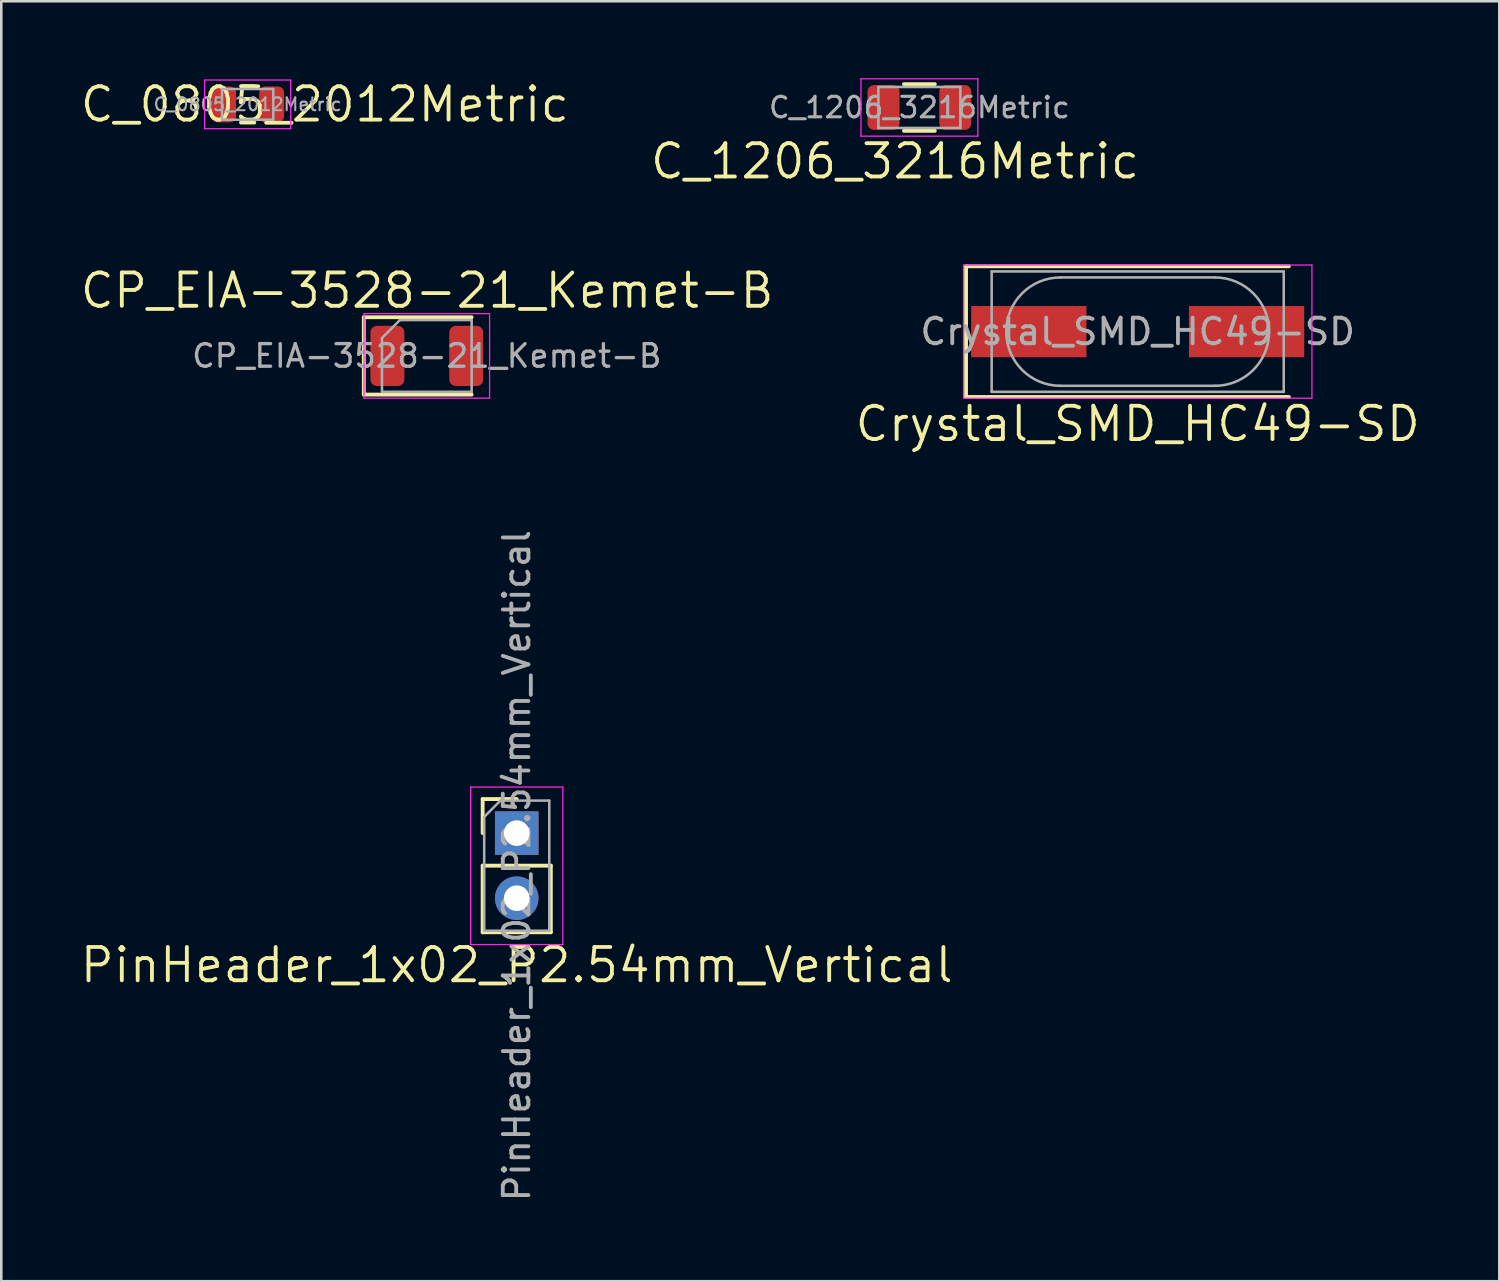
<source format=kicad_pcb>
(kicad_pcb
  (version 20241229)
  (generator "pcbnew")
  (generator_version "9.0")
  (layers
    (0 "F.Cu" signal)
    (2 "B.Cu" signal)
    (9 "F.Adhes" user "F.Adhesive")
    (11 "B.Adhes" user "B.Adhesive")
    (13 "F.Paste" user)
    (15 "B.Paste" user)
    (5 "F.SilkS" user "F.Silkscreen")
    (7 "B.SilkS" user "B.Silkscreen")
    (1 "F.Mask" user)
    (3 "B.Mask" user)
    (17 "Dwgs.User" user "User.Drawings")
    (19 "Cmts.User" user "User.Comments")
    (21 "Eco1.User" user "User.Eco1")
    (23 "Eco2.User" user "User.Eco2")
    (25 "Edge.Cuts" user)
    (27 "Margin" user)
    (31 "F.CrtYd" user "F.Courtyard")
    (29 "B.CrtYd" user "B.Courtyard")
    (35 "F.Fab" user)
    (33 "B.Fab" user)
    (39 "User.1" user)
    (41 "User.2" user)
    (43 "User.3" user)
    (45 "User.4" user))
  (footprint "Crystal_SMD_HC49-SD"
    (layer "F.Cu")
    (at 41.356 9.894)
    (property "Reference" "Crystal_SMD_HC49-SD" (at 0 3.6 0) (layer "F.SilkS") (effects (font (size 1.3 1.3) (thickness 0.15))))
    (attr smd)
    (fp_line (start -6.7 -2.55) (end -6.7 2.55) (stroke (width 0.15) (type solid)) (layer "F.SilkS"))
    (fp_line (start -6.7 2.55) (end 5.9 2.55) (stroke (width 0.15) (type solid)) (layer "F.SilkS"))
    (fp_line (start 5.9 -2.55) (end -6.7 -2.55) (stroke (width 0.15) (type solid)) (layer "F.SilkS"))
    (fp_line (start -6.8 -2.6) (end -6.8 2.6) (stroke (width 0.05) (type solid)) (layer "F.CrtYd"))
    (fp_line (start -6.8 2.6) (end 6.8 2.6) (stroke (width 0.05) (type solid)) (layer "F.CrtYd"))
    (fp_line (start 6.8 -2.6) (end -6.8 -2.6) (stroke (width 0.05) (type solid)) (layer "F.CrtYd"))
    (fp_line (start 6.8 2.6) (end 6.8 -2.6) (stroke (width 0.05) (type solid)) (layer "F.CrtYd"))
    (fp_line (start -5.7 -2.35) (end -5.7 2.35) (stroke (width 0.1) (type solid)) (layer "F.Fab"))
    (fp_line (start -5.7 2.35) (end 5.7 2.35) (stroke (width 0.1) (type solid)) (layer "F.Fab"))
    (fp_line (start -3.015 -2.115) (end 3.015 -2.115) (stroke (width 0.1) (type solid)) (layer "F.Fab"))
    (fp_line (start -3.015 2.115) (end 3.015 2.115) (stroke (width 0.1) (type solid)) (layer "F.Fab"))
    (fp_line (start 5.7 -2.35) (end -5.7 -2.35) (stroke (width 0.1) (type solid)) (layer "F.Fab"))
    (fp_line (start 5.7 2.35) (end 5.7 -2.35) (stroke (width 0.1) (type solid)) (layer "F.Fab"))
    (fp_arc (start -3.015 2.115) (mid -5.13 0) (end -3.015 -2.115) (stroke (width 0.1) (type solid)) (layer "F.Fab"))
    (fp_arc (start 3.015 -2.115) (mid 5.13 0) (end 3.015 2.115) (stroke (width 0.1) (type solid)) (layer "F.Fab"))
    (fp_text user "${REFERENCE}" (at 0 0 0) (layer "F.Fab") (effects (font (size 1 1) (thickness 0.15))))
    (pad "1" smd rect (at -4.25 0) (size 4.5 2) (layers "F.Cu" "F.Mask" "F.Paste"))
    (pad "2" smd rect (at 4.25 0) (size 4.5 2) (layers "F.Cu" "F.Mask" "F.Paste")))
  (footprint "C_0805_2012Metric"
    (layer "F.Cu")
    (at 6.616 1.024)
    (property "Reference" "C_0805_2012Metric" (at 3.013 0 0) (layer "F.SilkS") (effects (font (size 1.3 1.3) (thickness 0.15))))
    (attr smd)
    (fp_line (start -0.259 -0.71) (end 0.259 -0.71) (stroke (width 0.15) (type solid)) (layer "F.SilkS"))
    (fp_line (start -0.259 0.71) (end 0.259 0.71) (stroke (width 0.15) (type solid)) (layer "F.SilkS"))
    (fp_line (start -1.68 -0.95) (end 1.68 -0.95) (stroke (width 0.05) (type solid)) (layer "F.CrtYd"))
    (fp_line (start -1.68 0.95) (end -1.68 -0.95) (stroke (width 0.05) (type solid)) (layer "F.CrtYd"))
    (fp_line (start 1.68 -0.95) (end 1.68 0.95) (stroke (width 0.05) (type solid)) (layer "F.CrtYd"))
    (fp_line (start 1.68 0.95) (end -1.68 0.95) (stroke (width 0.05) (type solid)) (layer "F.CrtYd"))
    (fp_line (start -1 -0.6) (end 1 -0.6) (stroke (width 0.1) (type solid)) (layer "F.Fab"))
    (fp_line (start -1 0.6) (end -1 -0.6) (stroke (width 0.1) (type solid)) (layer "F.Fab"))
    (fp_line (start 1 -0.6) (end 1 0.6) (stroke (width 0.1) (type solid)) (layer "F.Fab"))
    (fp_line (start 1 0.6) (end -1 0.6) (stroke (width 0.1) (type solid)) (layer "F.Fab"))
    (fp_text user "${REFERENCE}" (at 0 0 0) (layer "F.Fab") (effects (font (size 0.5 0.5) (thickness 0.08))))
    (pad "1" smd roundrect (at -0.938 0) (size 0.975 1.4) (layers "F.Cu" "F.Mask" "F.Paste") (roundrect_rratio 0.25))
    (pad "2" smd roundrect (at 0.938 0) (size 0.975 1.4) (layers "F.Cu" "F.Mask" "F.Paste") (roundrect_rratio 0.25)))
  (footprint "PinHeader_1x02_P2.54mm_Vertical"
    (layer "F.Cu")
    (at 17.119 29.468)
    (property "Reference" "PinHeader_1x02_P2.54mm_Vertical" (at 0 5.15 0) (layer "F.SilkS") (effects (font (size 1.3 1.3) (thickness 0.15))))
    (attr through_hole)
    (fp_line (start -1.33 -1.33) (end 0 -1.33) (stroke (width 0.15) (type solid)) (layer "F.SilkS"))
    (fp_line (start -1.33 0) (end -1.33 -1.33) (stroke (width 0.15) (type solid)) (layer "F.SilkS"))
    (fp_line (start -1.33 1.27) (end -1.33 3.87) (stroke (width 0.15) (type solid)) (layer "F.SilkS"))
    (fp_line (start -1.33 1.27) (end 1.33 1.27) (stroke (width 0.15) (type solid)) (layer "F.SilkS"))
    (fp_line (start -1.33 3.87) (end 1.33 3.87) (stroke (width 0.15) (type solid)) (layer "F.SilkS"))
    (fp_line (start 1.33 1.27) (end 1.33 3.87) (stroke (width 0.15) (type solid)) (layer "F.SilkS"))
    (fp_line (start -1.8 -1.8) (end -1.8 4.35) (stroke (width 0.05) (type solid)) (layer "F.CrtYd"))
    (fp_line (start -1.8 4.35) (end 1.8 4.35) (stroke (width 0.05) (type solid)) (layer "F.CrtYd"))
    (fp_line (start 1.8 -1.8) (end -1.8 -1.8) (stroke (width 0.05) (type solid)) (layer "F.CrtYd"))
    (fp_line (start 1.8 4.35) (end 1.8 -1.8) (stroke (width 0.05) (type solid)) (layer "F.CrtYd"))
    (fp_line (start -1.27 -0.635) (end -0.635 -1.27) (stroke (width 0.1) (type solid)) (layer "F.Fab"))
    (fp_line (start -1.27 3.81) (end -1.27 -0.635) (stroke (width 0.1) (type solid)) (layer "F.Fab"))
    (fp_line (start -0.635 -1.27) (end 1.27 -1.27) (stroke (width 0.1) (type solid)) (layer "F.Fab"))
    (fp_line (start 1.27 -1.27) (end 1.27 3.81) (stroke (width 0.1) (type solid)) (layer "F.Fab"))
    (fp_line (start 1.27 3.81) (end -1.27 3.81) (stroke (width 0.1) (type solid)) (layer "F.Fab"))
    (fp_text user "${REFERENCE}" (at 0 1.27 90) (layer "F.Fab") (effects (font (size 1 1) (thickness 0.15))))
    (pad "1" thru_hole rect (at 0 0) (size 1.7 1.7) (drill 1) (layers "*.Cu" "*.Mask"))
    (pad "2" thru_hole oval (at 0 2.54) (size 1.7 1.7) (drill 1) (layers "*.Cu" "*.Mask")))
  (footprint "CP_EIA-3528-21_Kemet-B"
    (layer "F.Cu")
    (at 13.609 10.842)
    (property "Reference" "CP_EIA-3528-21_Kemet-B" (at 0.013 -2.55 0) (layer "F.SilkS") (effects (font (size 1.3 1.3) (thickness 0.15))))
    (attr smd)
    (fp_line (start -2.46 -1.51) (end -2.46 1.51) (stroke (width 0.15) (type solid)) (layer "F.SilkS"))
    (fp_line (start -2.46 1.51) (end 1.75 1.51) (stroke (width 0.15) (type solid)) (layer "F.SilkS"))
    (fp_line (start 1.75 -1.51) (end -2.46 -1.51) (stroke (width 0.15) (type solid)) (layer "F.SilkS"))
    (fp_line (start -2.45 -1.65) (end 2.45 -1.65) (stroke (width 0.05) (type solid)) (layer "F.CrtYd"))
    (fp_line (start -2.45 1.65) (end -2.45 -1.65) (stroke (width 0.05) (type solid)) (layer "F.CrtYd"))
    (fp_line (start 2.45 -1.65) (end 2.45 1.65) (stroke (width 0.05) (type solid)) (layer "F.CrtYd"))
    (fp_line (start 2.45 1.65) (end -2.45 1.65) (stroke (width 0.05) (type solid)) (layer "F.CrtYd"))
    (fp_line (start -1.75 -0.7) (end -1.75 1.4) (stroke (width 0.1) (type solid)) (layer "F.Fab"))
    (fp_line (start -1.75 1.4) (end 1.75 1.4) (stroke (width 0.1) (type solid)) (layer "F.Fab"))
    (fp_line (start -1.05 -1.4) (end -1.75 -0.7) (stroke (width 0.1) (type solid)) (layer "F.Fab"))
    (fp_line (start 1.75 -1.4) (end -1.05 -1.4) (stroke (width 0.1) (type solid)) (layer "F.Fab"))
    (fp_line (start 1.75 1.4) (end 1.75 -1.4) (stroke (width 0.1) (type solid)) (layer "F.Fab"))
    (fp_text user "${REFERENCE}" (at 0 0 0) (layer "F.Fab") (effects (font (size 0.88 0.88) (thickness 0.13))))
    (pad "1" smd roundrect (at -1.538 0) (size 1.325 2.35) (layers "F.Cu" "F.Mask" "F.Paste") (roundrect_rratio 0.189))
    (pad "2" smd roundrect (at 1.538 0) (size 1.325 2.35) (layers "F.Cu" "F.Mask" "F.Paste") (roundrect_rratio 0.189)))
  (footprint "C_1206_3216Metric"
    (layer "F.Cu")
    (at 32.835 1.145)
    (property "Reference" "C_1206_3216Metric" (at -0.95 2.1 0) (layer "F.SilkS") (effects (font (size 1.3 1.3) (thickness 0.15))))
    (attr smd)
    (fp_line (start -0.602 -0.91) (end 0.602 -0.91) (stroke (width 0.15) (type solid)) (layer "F.SilkS"))
    (fp_line (start -0.602 0.91) (end 0.602 0.91) (stroke (width 0.15) (type solid)) (layer "F.SilkS"))
    (fp_line (start -2.28 -1.12) (end 2.28 -1.12) (stroke (width 0.05) (type solid)) (layer "F.CrtYd"))
    (fp_line (start -2.28 1.12) (end -2.28 -1.12) (stroke (width 0.05) (type solid)) (layer "F.CrtYd"))
    (fp_line (start 2.28 -1.12) (end 2.28 1.12) (stroke (width 0.05) (type solid)) (layer "F.CrtYd"))
    (fp_line (start 2.28 1.12) (end -2.28 1.12) (stroke (width 0.05) (type solid)) (layer "F.CrtYd"))
    (fp_line (start -1.6 -0.8) (end 1.6 -0.8) (stroke (width 0.1) (type solid)) (layer "F.Fab"))
    (fp_line (start -1.6 0.8) (end -1.6 -0.8) (stroke (width 0.1) (type solid)) (layer "F.Fab"))
    (fp_line (start 1.6 -0.8) (end 1.6 0.8) (stroke (width 0.1) (type solid)) (layer "F.Fab"))
    (fp_line (start 1.6 0.8) (end -1.6 0.8) (stroke (width 0.1) (type solid)) (layer "F.Fab"))
    (fp_text user "${REFERENCE}" (at 0 0 0) (layer "F.Fab") (effects (font (size 0.8 0.8) (thickness 0.12))))
    (pad "1" smd roundrect (at -1.4 0) (size 1.25 1.75) (layers "F.Cu" "F.Mask" "F.Paste") (roundrect_rratio 0.2))
    (pad "2" smd roundrect (at 1.4 0) (size 1.25 1.75) (layers "F.Cu" "F.Mask" "F.Paste") (roundrect_rratio 0.2)))
  (gr_rect
    (start -3 -3)
    (end 55.47 46.958)
    (stroke (width 0.1) (type default))
    (fill no)
    (layer "Edge.Cuts")))
</source>
